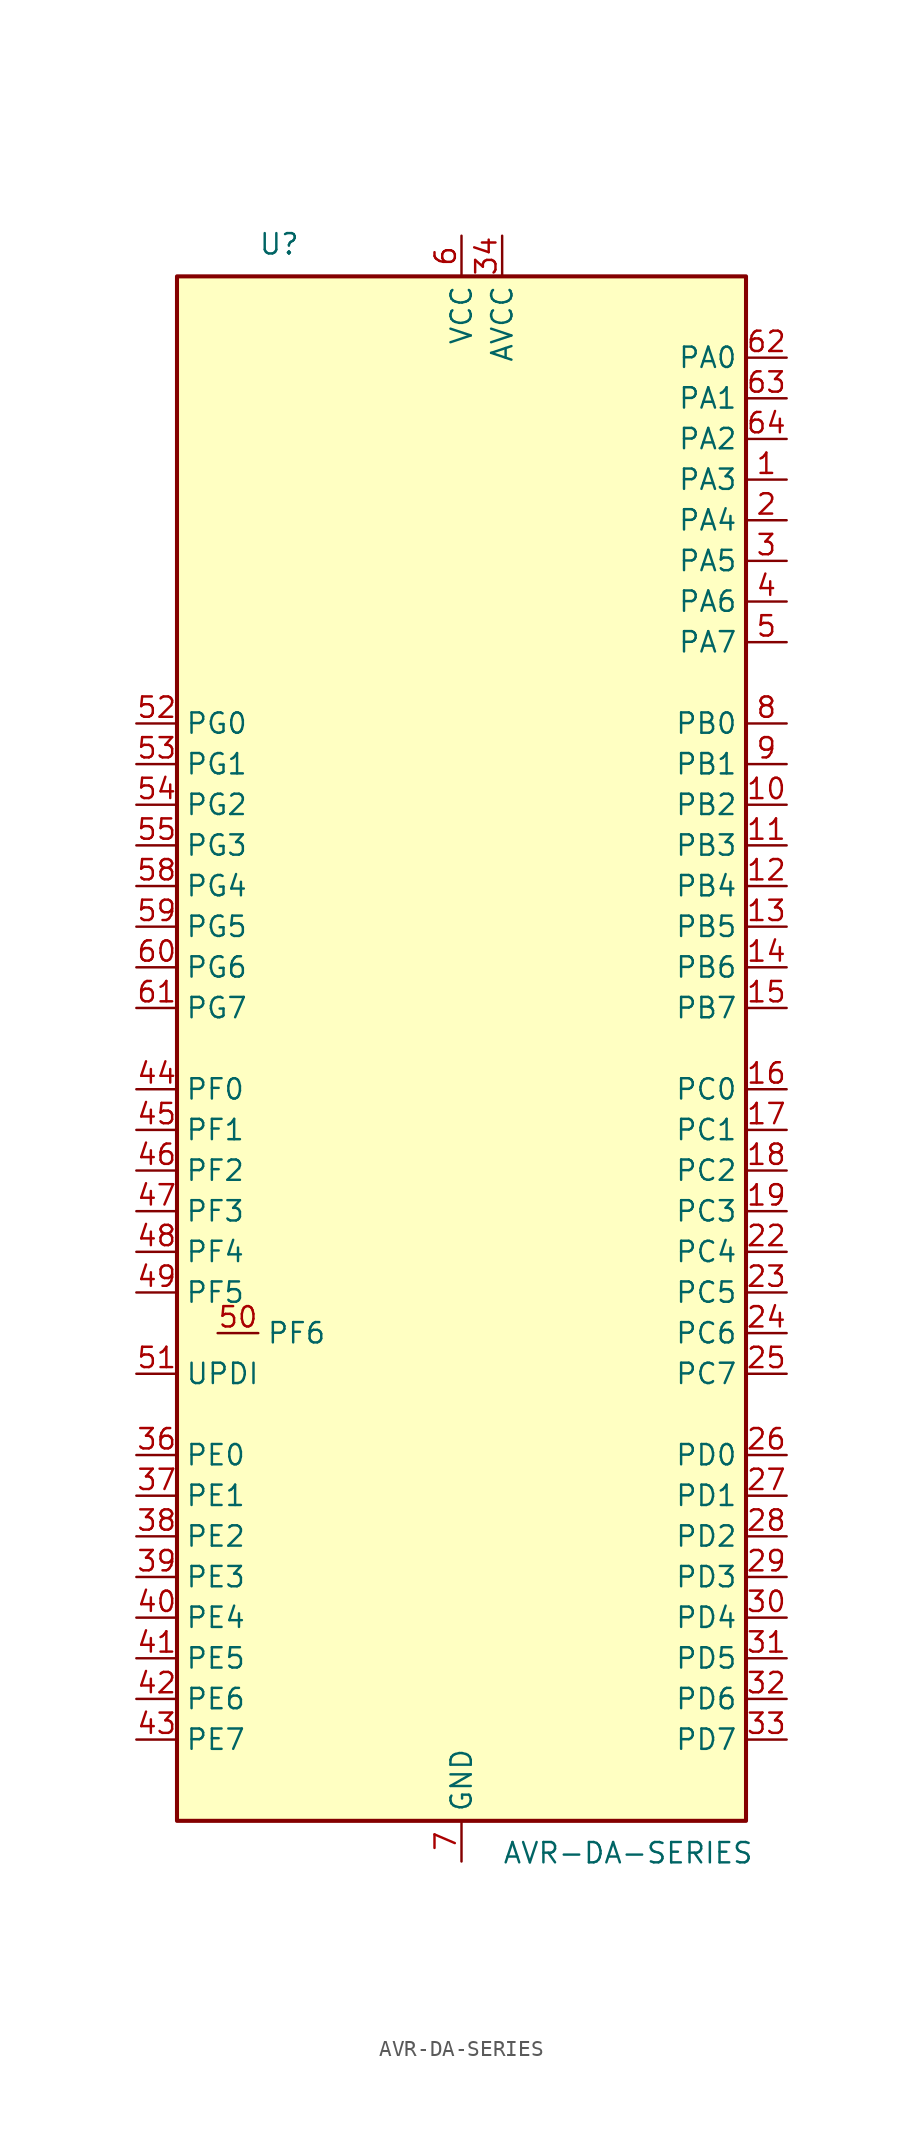
<source format=kicad_sym>
(kicad_symbol_lib
  (version 20211014)
  (generator kicad_symbol_editor)
  (symbol "AVR-DA-SERIES"
    (property "Reference" "U"
      (at -12.7 49.53 0)
      (effects (font (size 1.27 1.27)) (justify left bottom)))
    (property "Value" "AVR-DA-SERIES"
      (at 2.54 -49.53 0)
      (effects (font (size 1.27 1.27)) (justify left top)))
    (symbol "AVR-DA-SERIES_0_1"
      (rectangle (start -17.78 -48.26) (end 17.78 48.26) (stroke (width 0.254) (type default) (color 0 0 0 0)) (fill (type background))))
    (symbol "AVR-DA-SERIES_1_1"
      (pin bidirectional line (at 20.32 35.56 180) (length 2.54) (name "PA3" (effects (font (size 1.27 1.27)))) (number "1" (effects (font (size 1.27 1.27)))) (alternate "LUT0-OUT" output line) (alternate "TCA0-WO3" output line) (alternate "TCB1-WO" output line) (alternate "TWI0-SCL(MS)" bidirectional line) (alternate "USART0-XDIR" output line))
      (pin bidirectional line (at 20.32 15.24 180) (length 2.54) (name "PB2" (effects (font (size 1.27 1.27)))) (number "10" (effects (font (size 1.27 1.27)))) (alternate "EVOUTB" output line) (alternate "LUT4-IN2" input line) (alternate "TCA0-WO2(1)" output line) (alternate "TCA1-WO2" output line) (alternate "TWI1-SDA(MS)(0,2)" bidirectional line) (alternate "USART3-XCK" bidirectional line))
      (pin bidirectional line (at 20.32 12.7 180) (length 2.54) (name "PB3" (effects (font (size 1.27 1.27)))) (number "11" (effects (font (size 1.27 1.27)))) (alternate "LUT4-OUT" output line) (alternate "TCA0-WO3(1)" output line) (alternate "TCA1-WO3" output line) (alternate "USART1-SCL(MS)(0,2)" bidirectional line) (alternate "USART3-XDIR" output line))
      (pin bidirectional line (at 20.32 10.16 180) (length 2.54) (name "PB4" (effects (font (size 1.27 1.27)))) (number "12" (effects (font (size 1.27 1.27)))) (alternate "SPI1-MOSI(2)" bidirectional line) (alternate "TCA0-WO4(1)" output line) (alternate "TCA1-WO4" output line) (alternate "TCB2-WO(1)" output line) (alternate "TCD0-WOA(1)" output line) (alternate "USART3-TXD(1)" bidirectional line))
      (pin bidirectional line (at 20.32 7.62 180) (length 2.54) (name "PB5" (effects (font (size 1.27 1.27)))) (number "13" (effects (font (size 1.27 1.27)))) (alternate "SPI1-MISO(2)" bidirectional line) (alternate "TCA0-WO5(1)" output line) (alternate "TCA1-WO5" output line) (alternate "TCB3-WO" output line) (alternate "TCD0-WOB(1)" output line) (alternate "USART3-RXD(1)" input line))
      (pin bidirectional line (at 20.32 5.08 180) (length 2.54) (name "PB6" (effects (font (size 1.27 1.27)))) (number "14" (effects (font (size 1.27 1.27)))) (alternate "LUT4-OUT(1)" output line) (alternate "SPI1-SCK(2)" bidirectional line) (alternate "TCD0-WOC(1)" output line) (alternate "TWI1-SDA(S)(1,2)" input line) (alternate "USART3-XCK(1)" bidirectional line))
      (pin bidirectional line (at 20.32 2.54 180) (length 2.54) (name "PB7" (effects (font (size 1.27 1.27)))) (number "15" (effects (font (size 1.27 1.27)))) (alternate "EVOUTB(1)" output line) (alternate "SPI1-~{SS}(2)" bidirectional line) (alternate "TCD0-WOD(1)" output line) (alternate "TWI1-SCL(S)(1,2)" input line) (alternate "USART3-XDIR(1)" output line))
      (pin bidirectional line (at 20.32 -2.54 180) (length 2.54) (name "PC0" (effects (font (size 1.27 1.27)))) (number "16" (effects (font (size 1.27 1.27)))) (alternate "LUT1-IN0" input line) (alternate "SPI1-MOSI" bidirectional line) (alternate "TCA0-WO0(2)" output line) (alternate "TCB2-WO" output line) (alternate "USART1-TXD" bidirectional line))
      (pin bidirectional line (at 20.32 -5.08 180) (length 2.54) (name "PC1" (effects (font (size 1.27 1.27)))) (number "17" (effects (font (size 1.27 1.27)))) (alternate "LUT1-IN1" input line) (alternate "SPI1-MISO" bidirectional line) (alternate "TCA0-WO1(2)" output line) (alternate "TCB3-WO(1)" output line) (alternate "USART1-RXD" input line))
      (pin bidirectional line (at 20.32 -7.62 180) (length 2.54) (name "PC2" (effects (font (size 1.27 1.27)))) (number "18" (effects (font (size 1.27 1.27)))) (alternate "EVOUTC" output line) (alternate "LUT1-IN2" input line) (alternate "SPI1-SCK" bidirectional line) (alternate "TCA-WO2(2)" output line) (alternate "TWI0-SDA(MS+)(0,2)" bidirectional line) (alternate "USART1-XCK" bidirectional line))
      (pin bidirectional line (at 20.32 -10.16 180) (length 2.54) (name "PC3" (effects (font (size 1.27 1.27)))) (number "19" (effects (font (size 1.27 1.27)))) (alternate "LUT1-OUT" output line) (alternate "SPI1-~{SS}" bidirectional line) (alternate "TCA0-WO3(2)" output line) (alternate "TWI0-SCL(MS)(0,2" bidirectional line) (alternate "USART1-XDIR" output line))
      (pin bidirectional line (at 20.32 33.02 180) (length 2.54) (name "PA4" (effects (font (size 1.27 1.27)))) (number "2" (effects (font (size 1.27 1.27)))) (alternate "SPI0-MOSI" bidirectional line) (alternate "TCA0-WO4" output line) (alternate "TCD0-WOA" output line) (alternate "USART0-TXD(1)" bidirectional line))
      (pin power_in line (at 0 50.8 270) (length 2.54) hide (name "VCC" (effects (font (size 1.27 1.27)))) (number "20" (effects (font (size 1.27 1.27)))))
      (pin power_in line (at 0 -50.8 90) (length 2.54) hide (name "GND" (effects (font (size 1.27 1.27)))) (number "21" (effects (font (size 1.27 1.27)))))
      (pin bidirectional line (at 20.32 -12.7 180) (length 2.54) (name "PC4" (effects (font (size 1.27 1.27)))) (number "22" (effects (font (size 1.27 1.27)))) (alternate "SPI1-MOSI(1)" bidirectional line) (alternate "TCA0-WO4(2)" output line) (alternate "TCA1-WO0(1)" output line) (alternate "USART1-TXD(1)" bidirectional line))
      (pin bidirectional line (at 20.32 -15.24 180) (length 2.54) (name "PC5" (effects (font (size 1.27 1.27)))) (number "23" (effects (font (size 1.27 1.27)))) (alternate "SPI1-MISO(1)" bidirectional line) (alternate "TCA0-WO5(2)" output line) (alternate "TCA1-WO1(1)" output line) (alternate "USART1-RXD(1)" input line))
      (pin bidirectional line (at 20.32 -17.78 180) (length 2.54) (name "PC6" (effects (font (size 1.27 1.27)))) (number "24" (effects (font (size 1.27 1.27)))) (alternate "AC0-OUT(1)" output line) (alternate "AC1-OUT(1)" output line) (alternate "AC2-OUT(1)" output line) (alternate "LUT1-OUT(1)" output line) (alternate "SPI1-SCK(1)" bidirectional line) (alternate "TCA-WO2(2)" output line) (alternate "TWI0-SDA(S)(1,2)" bidirectional line) (alternate "USART1-XCK(1)" bidirectional line))
      (pin bidirectional line (at 20.32 -20.32 180) (length 2.54) (name "PC7" (effects (font (size 1.27 1.27)))) (number "25" (effects (font (size 1.27 1.27)))) (alternate "EVOUTC(1)" output line) (alternate "SPI1-~{SS}(1)" bidirectional line) (alternate "TWI0-SCL(S)(1,2)" bidirectional line) (alternate "USART1-XDIR(1)" output line) (alternate "ZCD0-OUT(1)" output line) (alternate "ZCD1-OUT(1)" output line) (alternate "ZCD2-OUT(1)" output line))
      (pin bidirectional line (at 20.32 -25.4 180) (length 2.54) (name "PD0" (effects (font (size 1.27 1.27)))) (number "26" (effects (font (size 1.27 1.27)))) (alternate "AC0-AINN1" input line) (alternate "AC1-AINN1" input line) (alternate "AC2-AINN1" input line) (alternate "ADC0-AIN0" input line) (alternate "LUT2-IN0" input line) (alternate "TC0-WO0(3)" output line))
      (pin bidirectional line (at 20.32 -27.94 180) (length 2.54) (name "PD1" (effects (font (size 1.27 1.27)))) (number "27" (effects (font (size 1.27 1.27)))) (alternate "ADC0-AIN1" input line) (alternate "LUT2-IN1" input line) (alternate "OP0-INP" input line) (alternate "TCA0-WO1(3)" output line) (alternate "ZCD0-ZCIN" input line))
      (pin bidirectional line (at 20.32 -30.48 180) (length 2.54) (name "PD2" (effects (font (size 1.27 1.27)))) (number "28" (effects (font (size 1.27 1.27)))) (alternate "AC0-AINP0" input line) (alternate "AC1-AINP0" input line) (alternate "AC2-AINP0" input line) (alternate "ADC0-AIN2" input line) (alternate "EVOUTD" output line) (alternate "LUT2-IN2" input line) (alternate "OP0-OUT" output line) (alternate "TCA0-WO2(3)" output line))
      (pin bidirectional line (at 20.32 -33.02 180) (length 2.54) (name "PD3" (effects (font (size 1.27 1.27)))) (number "29" (effects (font (size 1.27 1.27)))) (alternate "AC0-AINN0" input line) (alternate "AC1-AINP1" input line) (alternate "ADC0-AIN3" input line) (alternate "LUT2-OUT" output line) (alternate "OP0-INN" input line) (alternate "TCA0-WO3(3)" output line))
      (pin bidirectional line (at 20.32 30.48 180) (length 2.54) (name "PA5" (effects (font (size 1.27 1.27)))) (number "3" (effects (font (size 1.27 1.27)))) (alternate "SPI0-MISO" bidirectional line) (alternate "TCA0-WO5" output line) (alternate "TCD0-WOB" output line) (alternate "USART0-RXD(1)" input line))
      (pin bidirectional line (at 20.32 -35.56 180) (length 2.54) (name "PD4" (effects (font (size 1.27 1.27)))) (number "30" (effects (font (size 1.27 1.27)))) (alternate "AC1-AINP2" input line) (alternate "AC2-AINP1" input line) (alternate "ADC0-AIN4" input line) (alternate "OP1-INP" input line) (alternate "TCA0-WO4(3)" output line))
      (pin bidirectional line (at 20.32 -38.1 180) (length 2.54) (name "PD5" (effects (font (size 1.27 1.27)))) (number "31" (effects (font (size 1.27 1.27)))) (alternate "AC1-AINN0" input line) (alternate "ADC0-AIN5" input line) (alternate "OP1-OUT" output line) (alternate "TCA0-WO5(3)" output line))
      (pin bidirectional line (at 20.32 -40.64 180) (length 2.54) (name "PD6" (effects (font (size 1.27 1.27)))) (number "32" (effects (font (size 1.27 1.27)))) (alternate "AC0-AINP3" input line) (alternate "AC1-AINP3" input line) (alternate "AC2-AINP3" input line) (alternate "ADC0-AIN6" input line) (alternate "DAC0-OUT" output line) (alternate "LUT2-OUT(1)" output line))
      (pin bidirectional line (at 20.32 -43.18 180) (length 2.54) (name "PD7" (effects (font (size 1.27 1.27)))) (number "33" (effects (font (size 1.27 1.27)))) (alternate "AC0-AINN2" input line) (alternate "AC1-AINN2" input line) (alternate "AC2-AINN0/2" input line) (alternate "ADC0-AIN7" input line) (alternate "EVOUTD(1)" output line) (alternate "OP1-INN" input line) (alternate "VREFA" input line))
      (pin power_in line (at 2.54 50.8 270) (length 2.54) (name "AVCC" (effects (font (size 1.27 1.27)))) (number "34" (effects (font (size 1.27 1.27)))))
      (pin power_in line (at 0 -50.8 90) (length 2.54) hide (name "GND" (effects (font (size 1.27 1.27)))) (number "35" (effects (font (size 1.27 1.27)))))
      (pin bidirectional line (at -20.32 -25.4 0) (length 2.54) (name "PE0" (effects (font (size 1.27 1.27)))) (number "36" (effects (font (size 1.27 1.27)))) (alternate "AC0-AINP1" input line) (alternate "ADC0-AIN8" input line) (alternate "SPI0-MOSI(1)" bidirectional line) (alternate "TCA0-WO0(4)" output line) (alternate "USART4-TXD" output line))
      (pin bidirectional line (at -20.32 -27.94 0) (length 2.54) (name "PE1" (effects (font (size 1.27 1.27)))) (number "37" (effects (font (size 1.27 1.27)))) (alternate "AC2-AINP2" input line) (alternate "ADC-AIN9" input line) (alternate "OP2-INP" input line) (alternate "SPI0-MISO(1)" bidirectional line) (alternate "TCA0-WO1(4)" output line) (alternate "USART4-RXD" input line))
      (pin bidirectional line (at -20.32 -30.48 0) (length 2.54) (name "PE2" (effects (font (size 1.27 1.27)))) (number "38" (effects (font (size 1.27 1.27)))) (alternate "AC0-AINP2" input line) (alternate "ADC0-AIN10" input line) (alternate "EVOUTE" output line) (alternate "OP2-OUT" output line) (alternate "SPI0-SCK(1)" bidirectional line) (alternate "TCA0-WO2(4)" output line) (alternate "USART4-XCK" bidirectional line))
      (pin bidirectional line (at -20.32 -33.02 0) (length 2.54) (name "PE3" (effects (font (size 1.27 1.27)))) (number "39" (effects (font (size 1.27 1.27)))) (alternate "ADC0-AIN11" input line) (alternate "OP2-INN" input line) (alternate "SPI0-~{SS}(1)" bidirectional line) (alternate "TCA0-WO3(4)" output line) (alternate "USART4-XDIR" output line) (alternate "ZCD1-ZCIN" input line))
      (pin bidirectional line (at 20.32 27.94 180) (length 2.54) (name "PA6" (effects (font (size 1.27 1.27)))) (number "4" (effects (font (size 1.27 1.27)))) (alternate "LUT0-OUT(1)" output line) (alternate "SPI0-SCK" bidirectional line) (alternate "TCD0-WOC" output line) (alternate "USART0-XCK(1)" bidirectional line))
      (pin bidirectional line (at -20.32 -35.56 0) (length 2.54) (name "PE4" (effects (font (size 1.27 1.27)))) (number "40" (effects (font (size 1.27 1.27)))) (alternate "ADC0-AIN12" input line) (alternate "TCA0-WO4(4)" output line) (alternate "TCA1-WO0(2)" output line) (alternate "USART4-TXD(1)" bidirectional line))
      (pin bidirectional line (at -20.32 -38.1 0) (length 2.54) (name "PE5" (effects (font (size 1.27 1.27)))) (number "41" (effects (font (size 1.27 1.27)))) (alternate "ADC0-AIN13" input line) (alternate "TCA0-WO5(4)" output line) (alternate "TCA1-WO1(2)" output line) (alternate "USART4-RXD(1)" input line))
      (pin bidirectional line (at -20.32 -40.64 0) (length 2.54) (name "PE6" (effects (font (size 1.27 1.27)))) (number "42" (effects (font (size 1.27 1.27)))) (alternate "ADC0-AIN14" input line) (alternate "TCA1-WO2(2)" output line) (alternate "USART4-XCK(1)" bidirectional line))
      (pin bidirectional line (at -20.32 -43.18 0) (length 2.54) (name "PE7" (effects (font (size 1.27 1.27)))) (number "43" (effects (font (size 1.27 1.27)))) (alternate "ADC0-AIN15" input line) (alternate "EVOUTE(1)" output line) (alternate "USART4-XDIR(1)" output line) (alternate "ZCD2-ZCIN" input line))
      (pin bidirectional line (at -20.32 -2.54 0) (length 2.54) (name "PF0" (effects (font (size 1.27 1.27)))) (number "44" (effects (font (size 1.27 1.27)))) (alternate "ADC0-AIN16(P)" input line) (alternate "LUT3-IN0" input line) (alternate "TCA0-WO0(5)" output line) (alternate "TCD0-WOA(2)" output line) (alternate "USART2-TXD" bidirectional line) (alternate "XTAL32K1" passive line))
      (pin bidirectional line (at -20.32 -5.08 0) (length 2.54) (name "PF1" (effects (font (size 1.27 1.27)))) (number "45" (effects (font (size 1.27 1.27)))) (alternate "ADC0-AIN17(P)" input line) (alternate "LUT3-IN1" input line) (alternate "TCA0-WO1(5)" output line) (alternate "TCD0-WOB(2)" output line) (alternate "USART2-RXD" input line) (alternate "XTAL32K2" passive line))
      (pin bidirectional line (at -20.32 -7.62 0) (length 2.54) (name "PF2" (effects (font (size 1.27 1.27)))) (number "46" (effects (font (size 1.27 1.27)))) (alternate "ADC0-AIN18(P)" input line) (alternate "EVOUTF" output line) (alternate "LUT3-IN2" input line) (alternate "TCA0-WO2(5)" output line) (alternate "TCD0-WOC(2)" output line) (alternate "TWI1-SDA(MS+)" bidirectional line) (alternate "USART2-XCK" bidirectional line))
      (pin bidirectional line (at -20.32 -10.16 0) (length 2.54) (name "PF3" (effects (font (size 1.27 1.27)))) (number "47" (effects (font (size 1.27 1.27)))) (alternate "ADC0-AIN19(P)" input line) (alternate "LUT3-OUT" output line) (alternate "TCA0-WO3(5)" output line) (alternate "TCD0-WOD(2)" output line) (alternate "TWI1-SCL(MS+)" bidirectional line) (alternate "USART2-XDIR" output line))
      (pin bidirectional line (at -20.32 -12.7 0) (length 2.54) (name "PF4" (effects (font (size 1.27 1.27)))) (number "48" (effects (font (size 1.27 1.27)))) (alternate "ADC0-AIN20(P)" input line) (alternate "TCA0-WO4(5)" output line) (alternate "TCB0-WO(1)" output line) (alternate "USART2-TXD(1)" output line))
      (pin bidirectional line (at -20.32 -15.24 0) (length 2.54) (name "PF5" (effects (font (size 1.27 1.27)))) (number "49" (effects (font (size 1.27 1.27)))) (alternate "ADC0-AIN21(P)" input line) (alternate "TCA0-WO5(5)" output line) (alternate "TCB1-WO(1)" output line) (alternate "USART2-RXD(1)" input line))
      (pin bidirectional line (at 20.32 25.4 180) (length 2.54) (name "PA7" (effects (font (size 1.27 1.27)))) (number "5" (effects (font (size 1.27 1.27)))) (alternate "AC0-OUT" output line) (alternate "AC1-OUT" output line) (alternate "AC2-OUT" output line) (alternate "CLKOUT" output line) (alternate "EVOUTA(1)" output line) (alternate "SPI0-~{SS}" bidirectional line) (alternate "TCD0-WOD" output line) (alternate "USART0-XDIR(1)" output line) (alternate "ZCD0-OUT" output line) (alternate "ZCD1-OUT" output line) (alternate "ZDC2-OUT" output line))
      (pin input line (at -15.24 -17.78 0) (length 2.54) (name "PF6" (effects (font (size 1.27 1.27)))) (number "50" (effects (font (size 1.27 1.27)))) (alternate "~{RESET}" input line))
      (pin bidirectional line (at -20.32 -20.32 0) (length 2.54) (name "UPDI" (effects (font (size 1.27 1.27)))) (number "51" (effects (font (size 1.27 1.27)))))
      (pin bidirectional line (at -20.32 20.32 0) (length 2.54) (name "PG0" (effects (font (size 1.27 1.27)))) (number "52" (effects (font (size 1.27 1.27)))) (alternate "LUT5-IN0" input line) (alternate "TCA0-WO0(6)" output line) (alternate "TCA1-WO0(3)" output line) (alternate "USART5-TXD" bidirectional line))
      (pin bidirectional line (at -20.32 17.78 0) (length 2.54) (name "PG1" (effects (font (size 1.27 1.27)))) (number "53" (effects (font (size 1.27 1.27)))) (alternate "LUT5-IN1" input line) (alternate "TCA0-WO1(6)" output line) (alternate "TCA1-WO1(3)" output line) (alternate "USART5-RXD" input line))
      (pin bidirectional line (at -20.32 15.24 0) (length 2.54) (name "PG2" (effects (font (size 1.27 1.27)))) (number "54" (effects (font (size 1.27 1.27)))) (alternate "EVOUTG" output line) (alternate "LUT5-IN2" input line) (alternate "TCA0-WO2(6)" output line) (alternate "TCA1-WO2(3)" output line) (alternate "USART5-XCK" bidirectional line))
      (pin bidirectional line (at -20.32 12.7 0) (length 2.54) (name "PG3" (effects (font (size 1.27 1.27)))) (number "55" (effects (font (size 1.27 1.27)))) (alternate "LUT5-OUT" output line) (alternate "TCA0-WO3(6)" output line) (alternate "TCA1-WO3(3)" output line) (alternate "TCB4-WO" output line) (alternate "USART5-XDIR" output line))
      (pin power_in line (at 0 50.8 270) (length 2.54) hide (name "VCC" (effects (font (size 1.27 1.27)))) (number "56" (effects (font (size 1.27 1.27)))))
      (pin power_in line (at 0 -50.8 90) (length 2.54) hide (name "GND" (effects (font (size 1.27 1.27)))) (number "57" (effects (font (size 1.27 1.27)))))
      (pin bidirectional line (at -20.32 10.16 0) (length 2.54) (name "PG4" (effects (font (size 1.27 1.27)))) (number "58" (effects (font (size 1.27 1.27)))) (alternate "SPI0-MOSI(2)" bidirectional line) (alternate "TCA0-WO4(6)" output line) (alternate "TCA1-WO4(3)" output line) (alternate "TCD0-WOB(3)" output line) (alternate "USART5-TXD(1)" bidirectional line))
      (pin bidirectional line (at -20.32 7.62 0) (length 2.54) (name "PG5" (effects (font (size 1.27 1.27)))) (number "59" (effects (font (size 1.27 1.27)))) (alternate "SPI0-MISO(2)" bidirectional line) (alternate "TCA0-WO5(6)" output line) (alternate "TCA1-WO5(3)" output line) (alternate "TCD0-WOB(3)" output line) (alternate "USART5-RXD(1)" input line))
      (pin power_in line (at 0 50.8 270) (length 2.54) (name "VCC" (effects (font (size 1.27 1.27)))) (number "6" (effects (font (size 1.27 1.27)))))
      (pin bidirectional line (at -20.32 5.08 0) (length 2.54) (name "PG6" (effects (font (size 1.27 1.27)))) (number "60" (effects (font (size 1.27 1.27)))) (alternate "LUT5-OUT(1)" output line) (alternate "SPI0-SCK(2)" bidirectional line) (alternate "TCD0-WOC(3)" output line) (alternate "USART5-XCK(1)" bidirectional line))
      (pin bidirectional line (at -20.32 2.54 0) (length 2.54) (name "PG7" (effects (font (size 1.27 1.27)))) (number "61" (effects (font (size 1.27 1.27)))) (alternate "EVOUTG(1)" output line) (alternate "SPI0-~{SS}(2)" bidirectional line) (alternate "TCD-WOD(3)" output line) (alternate "USART5-XDIR(1)" output line))
      (pin bidirectional line (at 20.32 43.18 180) (length 2.54) (name "PA0" (effects (font (size 1.27 1.27)))) (number "62" (effects (font (size 1.27 1.27)))) (alternate "EXTCLK" input clock) (alternate "LUT0-IN0" input line) (alternate "TCA0-WO0" output line) (alternate "USART0-TXD" bidirectional line) (alternate "XTALHF1" passive line))
      (pin bidirectional line (at 20.32 40.64 180) (length 2.54) (name "PA1" (effects (font (size 1.27 1.27)))) (number "63" (effects (font (size 1.27 1.27)))) (alternate "LUT0-IN1" input line) (alternate "TCA0-WO1" output line) (alternate "USART0-RXD" input line) (alternate "XTALHF2" passive clock))
      (pin bidirectional line (at 20.32 38.1 180) (length 2.54) (name "PA2" (effects (font (size 1.27 1.27)))) (number "64" (effects (font (size 1.27 1.27)))) (alternate "EVOUTA" output line) (alternate "LUT0-IN2" input line) (alternate "TCA0-WO2" output line) (alternate "TCB0-WO" output line) (alternate "TWI0-SDA(MS)" bidirectional line) (alternate "USART0-XCK" bidirectional line))
      (pin power_in line (at 0 -50.8 90) (length 2.54) (name "GND" (effects (font (size 1.27 1.27)))) (number "7" (effects (font (size 1.27 1.27)))))
      (pin bidirectional line (at 20.32 20.32 180) (length 2.54) (name "PB0" (effects (font (size 1.27 1.27)))) (number "8" (effects (font (size 1.27 1.27)))) (alternate "LUT4-IN0" input line) (alternate "TCA0-WO0(1)" output line) (alternate "TCA1-WO0" output line) (alternate "UART3-TXD" bidirectional line))
      (pin bidirectional line (at 20.32 17.78 180) (length 2.54) (name "PB1" (effects (font (size 1.27 1.27)))) (number "9" (effects (font (size 1.27 1.27)))) (alternate "LUT4-IN1" input line) (alternate "TCA0-WO1(1)" output line) (alternate "TCA1-WO0" output line) (alternate "USART3-RXD" input line)))))
</source>
